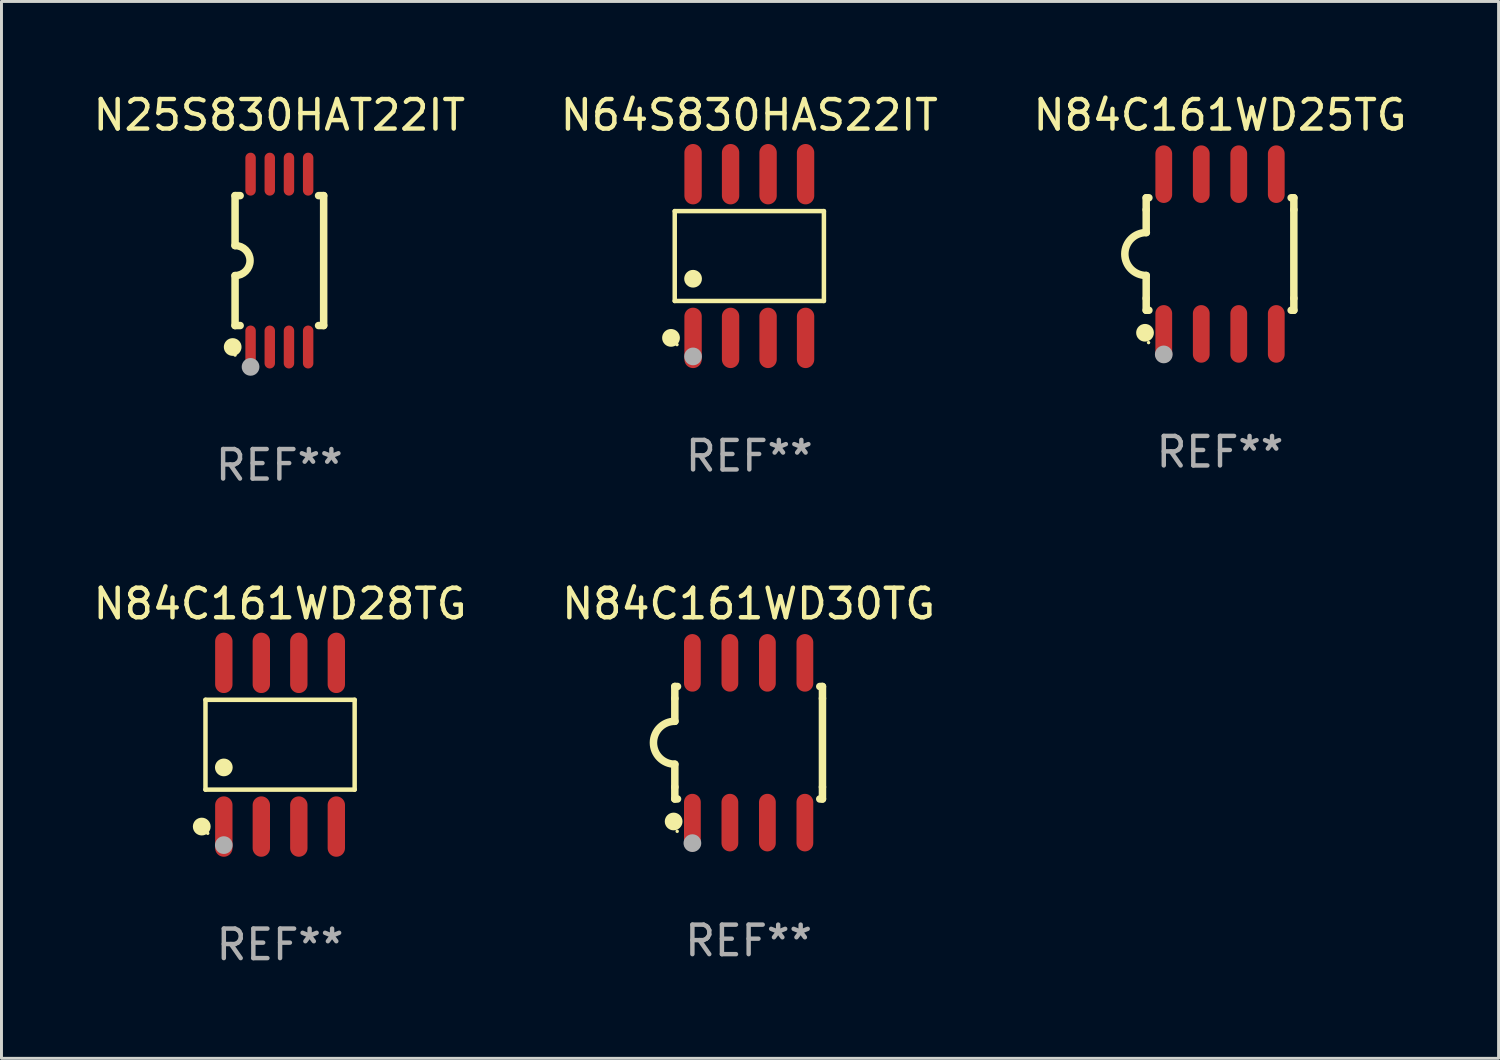
<source format=kicad_pcb>
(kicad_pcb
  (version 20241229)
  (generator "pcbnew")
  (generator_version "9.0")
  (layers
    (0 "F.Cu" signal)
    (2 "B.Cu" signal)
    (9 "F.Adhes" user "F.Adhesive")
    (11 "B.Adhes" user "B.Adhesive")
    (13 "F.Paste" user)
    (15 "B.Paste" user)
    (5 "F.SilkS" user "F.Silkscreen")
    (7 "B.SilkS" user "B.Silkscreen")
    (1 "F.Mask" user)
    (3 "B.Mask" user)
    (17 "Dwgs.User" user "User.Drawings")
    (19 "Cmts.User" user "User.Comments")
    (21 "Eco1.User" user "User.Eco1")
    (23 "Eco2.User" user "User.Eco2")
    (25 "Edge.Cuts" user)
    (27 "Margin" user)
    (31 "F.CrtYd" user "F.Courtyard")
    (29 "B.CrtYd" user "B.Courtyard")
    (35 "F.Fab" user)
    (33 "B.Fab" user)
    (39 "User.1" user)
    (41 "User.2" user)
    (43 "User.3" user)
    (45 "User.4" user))
  (footprint "N64S830HAS22IT"
    (layer "F.Cu")
    (at 22.327 5.621)
    (property "Reference" "N64S830HAS22IT" (at 0 -4.772 0) (layer "F.SilkS") (effects (font (size 1 1) (thickness 0.15))))
    (attr through_hole)
    (fp_line (start -2.526 -1.521) (end 2.526 -1.521) (stroke (width 0.152) (type solid)) (layer "F.SilkS"))
    (fp_line (start -2.526 1.521) (end -2.526 -1.521) (stroke (width 0.152) (type solid)) (layer "F.SilkS"))
    (fp_line (start 2.526 -1.521) (end 2.526 1.521) (stroke (width 0.152) (type solid)) (layer "F.SilkS"))
    (fp_line (start 2.526 1.521) (end -2.526 1.521) (stroke (width 0.152) (type solid)) (layer "F.SilkS"))
    (fp_circle (center -2.652 2.772) (end -2.501 2.772) (stroke (width 0.3) (type solid)) (fill no) (layer "F.SilkS"))
    (fp_circle (center -2.45 3) (end -2.42 3) (stroke (width 0.06) (type solid)) (fill no) (layer "F.SilkS"))
    (fp_circle (center -1.905 0.769) (end -1.755 0.769) (stroke (width 0.3) (type solid)) (fill no) (layer "F.SilkS"))
    (fp_circle (center -1.905 3.4) (end -1.755 3.4) (stroke (width 0.3) (type solid)) (fill no) (layer "F.Fab"))
    (fp_text user "REF**" (at 0 6.772 0) (layer "F.Fab") (effects (font (size 1 1) (thickness 0.15))))
    (pad "1" smd oval (at -1.905 2.772) (size 0.588 2.045) (layers "F.Cu" "F.Mask" "F.Paste"))
    (pad "2" smd oval (at -0.635 2.772) (size 0.588 2.045) (layers "F.Cu" "F.Mask" "F.Paste"))
    (pad "3" smd oval (at 0.635 2.772) (size 0.588 2.045) (layers "F.Cu" "F.Mask" "F.Paste"))
    (pad "4" smd oval (at 1.905 2.772) (size 0.588 2.045) (layers "F.Cu" "F.Mask" "F.Paste"))
    (pad "5" smd oval (at 1.905 -2.772) (size 0.588 2.045) (layers "F.Cu" "F.Mask" "F.Paste"))
    (pad "6" smd oval (at 0.635 -2.772) (size 0.588 2.045) (layers "F.Cu" "F.Mask" "F.Paste"))
    (pad "7" smd oval (at -0.635 -2.772) (size 0.588 2.045) (layers "F.Cu" "F.Mask" "F.Paste"))
    (pad "8" smd oval (at -1.905 -2.772) (size 0.588 2.045) (layers "F.Cu" "F.Mask" "F.Paste")))
  (footprint "N84C161WD28TG"
    (layer "F.Cu")
    (at 6.435 22.171)
    (property "Reference" "N84C161WD28TG" (at 0 -4.772 0) (layer "F.SilkS") (effects (font (size 1 1) (thickness 0.15))))
    (attr through_hole)
    (fp_line (start -2.526 -1.521) (end 2.526 -1.521) (stroke (width 0.152) (type solid)) (layer "F.SilkS"))
    (fp_line (start -2.526 1.521) (end -2.526 -1.521) (stroke (width 0.152) (type solid)) (layer "F.SilkS"))
    (fp_line (start 2.526 -1.521) (end 2.526 1.521) (stroke (width 0.152) (type solid)) (layer "F.SilkS"))
    (fp_line (start 2.526 1.521) (end -2.526 1.521) (stroke (width 0.152) (type solid)) (layer "F.SilkS"))
    (fp_circle (center -2.652 2.772) (end -2.501 2.772) (stroke (width 0.3) (type solid)) (fill no) (layer "F.SilkS"))
    (fp_circle (center -2.45 3) (end -2.42 3) (stroke (width 0.06) (type solid)) (fill no) (layer "F.SilkS"))
    (fp_circle (center -1.905 0.769) (end -1.755 0.769) (stroke (width 0.3) (type solid)) (fill no) (layer "F.SilkS"))
    (fp_circle (center -1.905 3.4) (end -1.755 3.4) (stroke (width 0.3) (type solid)) (fill no) (layer "F.Fab"))
    (fp_text user "REF**" (at 0 6.772 0) (layer "F.Fab") (effects (font (size 1 1) (thickness 0.15))))
    (pad "1" smd oval (at -1.905 2.772) (size 0.588 2.045) (layers "F.Cu" "F.Mask" "F.Paste"))
    (pad "2" smd oval (at -0.635 2.772) (size 0.588 2.045) (layers "F.Cu" "F.Mask" "F.Paste"))
    (pad "3" smd oval (at 0.635 2.772) (size 0.588 2.045) (layers "F.Cu" "F.Mask" "F.Paste"))
    (pad "4" smd oval (at 1.905 2.772) (size 0.588 2.045) (layers "F.Cu" "F.Mask" "F.Paste"))
    (pad "5" smd oval (at 1.905 -2.772) (size 0.588 2.045) (layers "F.Cu" "F.Mask" "F.Paste"))
    (pad "6" smd oval (at 0.635 -2.772) (size 0.588 2.045) (layers "F.Cu" "F.Mask" "F.Paste"))
    (pad "7" smd oval (at -0.635 -2.772) (size 0.588 2.045) (layers "F.Cu" "F.Mask" "F.Paste"))
    (pad "8" smd oval (at -1.905 -2.772) (size 0.588 2.045) (layers "F.Cu" "F.Mask" "F.Paste")))
  (footprint "N25S830HAT22IT"
    (layer "F.Cu")
    (at 6.411 5.775)
    (property "Reference" "N25S830HAT22IT" (at 0 -4.927 0) (layer "F.SilkS") (effects (font (size 1 1) (thickness 0.15))))
    (attr through_hole)
    (fp_line (start -1.5 -2.2) (end -1.5 -0.508) (stroke (width 0.254) (type solid)) (layer "F.SilkS"))
    (fp_line (start -1.5 -2.2) (end -1.328 -2.2) (stroke (width 0.254) (type solid)) (layer "F.SilkS"))
    (fp_line (start -1.5 2.2) (end -1.5 0.508) (stroke (width 0.254) (type solid)) (layer "F.SilkS"))
    (fp_line (start -1.5 2.2) (end -1.328 2.2) (stroke (width 0.254) (type solid)) (layer "F.SilkS"))
    (fp_line (start 1.328 -2.2) (end 1.5 -2.2) (stroke (width 0.254) (type solid)) (layer "F.SilkS"))
    (fp_line (start 1.328 2.2) (end 1.5 2.2) (stroke (width 0.254) (type solid)) (layer "F.SilkS"))
    (fp_line (start 1.5 -2.2) (end 1.5 2.2) (stroke (width 0.254) (type solid)) (layer "F.SilkS"))
    (fp_arc (start -1.501144 -0.508) (mid -0.993143 -0.000571) (end -1.5 0.508001) (stroke (width 0.254001) (type solid)) (layer "F.SilkS"))
    (fp_circle (center -1.581 2.927) (end -1.431 2.927) (stroke (width 0.3) (type solid)) (fill no) (layer "F.SilkS"))
    (fp_circle (center -1.5 3.2) (end -1.47 3.2) (stroke (width 0.06) (type solid)) (fill no) (layer "F.SilkS"))
    (fp_circle (center -0.975 3.6) (end -0.825 3.6) (stroke (width 0.3) (type solid)) (fill no) (layer "F.Fab"))
    (fp_text user "REF**" (at 0 6.927 0) (layer "F.Fab") (effects (font (size 1 1) (thickness 0.15))))
    (pad "1" smd oval (at -0.975 2.927) (size 0.353 1.454) (layers "F.Cu" "F.Mask" "F.Paste"))
    (pad "2" smd oval (at -0.325 2.927) (size 0.353 1.454) (layers "F.Cu" "F.Mask" "F.Paste"))
    (pad "3" smd oval (at 0.325 2.927) (size 0.353 1.454) (layers "F.Cu" "F.Mask" "F.Paste"))
    (pad "4" smd oval (at 0.975 2.927) (size 0.353 1.454) (layers "F.Cu" "F.Mask" "F.Paste"))
    (pad "5" smd oval (at 0.975 -2.927) (size 0.353 1.454) (layers "F.Cu" "F.Mask" "F.Paste"))
    (pad "6" smd oval (at 0.325 -2.927) (size 0.353 1.454) (layers "F.Cu" "F.Mask" "F.Paste"))
    (pad "7" smd oval (at -0.325 -2.927) (size 0.353 1.454) (layers "F.Cu" "F.Mask" "F.Paste"))
    (pad "8" smd oval (at -0.975 -2.927) (size 0.353 1.454) (layers "F.Cu" "F.Mask" "F.Paste")))
  (footprint "N84C161WD25TG"
    (layer "F.Cu")
    (at 38.268 5.553)
    (property "Reference" "N84C161WD25TG" (at 0 -4.705 0) (layer "F.SilkS") (effects (font (size 1 1) (thickness 0.15))))
    (attr through_hole)
    (fp_line (start -2.5 -1.905) (end -2.409 -1.905) (stroke (width 0.254) (type solid)) (layer "F.SilkS"))
    (fp_line (start -2.5 -1.5) (end -2.5 -1.905) (stroke (width 0.254) (type solid)) (layer "F.SilkS"))
    (fp_line (start -2.5 -1.5) (end -2.5 -0.726) (stroke (width 0.254) (type solid)) (layer "F.SilkS"))
    (fp_line (start -2.5 1.5) (end -2.5 0.727) (stroke (width 0.254) (type solid)) (layer "F.SilkS"))
    (fp_line (start -2.5 1.5) (end -2.5 1.905) (stroke (width 0.254) (type solid)) (layer "F.SilkS"))
    (fp_line (start -2.5 1.905) (end -2.409 1.905) (stroke (width 0.254) (type solid)) (layer "F.SilkS"))
    (fp_line (start 2.5 -1.905) (end 2.409 -1.905) (stroke (width 0.254) (type solid)) (layer "F.SilkS"))
    (fp_line (start 2.5 -1.5) (end 2.5 -1.905) (stroke (width 0.254) (type solid)) (layer "F.SilkS"))
    (fp_line (start 2.5 -1.5) (end 2.5 1.5) (stroke (width 0.254) (type solid)) (layer "F.SilkS"))
    (fp_line (start 2.5 1.5) (end 2.5 1.905) (stroke (width 0.254) (type solid)) (layer "F.SilkS"))
    (fp_line (start 2.5 1.905) (end 2.409 1.905) (stroke (width 0.254) (type solid)) (layer "F.SilkS"))
    (fp_arc (start -2.5 0.726568) (mid -3.220316 -0.0023) (end -2.495097 -0.726289) (stroke (width 0.254001) (type solid)) (layer "F.SilkS"))
    (fp_circle (center -2.54 2.667) (end -2.39 2.667) (stroke (width 0.3) (type solid)) (fill no) (layer "F.SilkS"))
    (fp_circle (center -2.42 3) (end -2.39 3) (stroke (width 0.06) (type solid)) (fill no) (layer "F.SilkS"))
    (fp_circle (center -1.905 3.4) (end -1.755 3.4) (stroke (width 0.3) (type solid)) (fill no) (layer "F.Fab"))
    (fp_text user "REF**" (at 0 6.705 0) (layer "F.Fab") (effects (font (size 1 1) (thickness 0.15))))
    (pad "1" smd oval (at -1.905 2.705) (size 0.568 1.95) (layers "F.Cu" "F.Mask" "F.Paste"))
    (pad "2" smd oval (at -0.635 2.705) (size 0.568 1.95) (layers "F.Cu" "F.Mask" "F.Paste"))
    (pad "3" smd oval (at 0.635 2.705) (size 0.568 1.95) (layers "F.Cu" "F.Mask" "F.Paste"))
    (pad "4" smd oval (at 1.905 2.705) (size 0.568 1.95) (layers "F.Cu" "F.Mask" "F.Paste"))
    (pad "5" smd oval (at 1.905 -2.705) (size 0.568 1.95) (layers "F.Cu" "F.Mask" "F.Paste"))
    (pad "6" smd oval (at 0.635 -2.705) (size 0.568 1.95) (layers "F.Cu" "F.Mask" "F.Paste"))
    (pad "7" smd oval (at -0.635 -2.705) (size 0.568 1.95) (layers "F.Cu" "F.Mask" "F.Paste"))
    (pad "8" smd oval (at -1.905 -2.705) (size 0.568 1.95) (layers "F.Cu" "F.Mask" "F.Paste")))
  (footprint "N84C161WD30TG"
    (layer "F.Cu")
    (at 22.304 22.104)
    (property "Reference" "N84C161WD30TG" (at 0 -4.705 0) (layer "F.SilkS") (effects (font (size 1 1) (thickness 0.15))))
    (attr through_hole)
    (fp_line (start -2.5 -1.905) (end -2.409 -1.905) (stroke (width 0.254) (type solid)) (layer "F.SilkS"))
    (fp_line (start -2.5 -1.5) (end -2.5 -1.905) (stroke (width 0.254) (type solid)) (layer "F.SilkS"))
    (fp_line (start -2.5 -1.5) (end -2.5 -0.726) (stroke (width 0.254) (type solid)) (layer "F.SilkS"))
    (fp_line (start -2.5 1.5) (end -2.5 0.727) (stroke (width 0.254) (type solid)) (layer "F.SilkS"))
    (fp_line (start -2.5 1.5) (end -2.5 1.905) (stroke (width 0.254) (type solid)) (layer "F.SilkS"))
    (fp_line (start -2.5 1.905) (end -2.409 1.905) (stroke (width 0.254) (type solid)) (layer "F.SilkS"))
    (fp_line (start 2.5 -1.905) (end 2.409 -1.905) (stroke (width 0.254) (type solid)) (layer "F.SilkS"))
    (fp_line (start 2.5 -1.5) (end 2.5 -1.905) (stroke (width 0.254) (type solid)) (layer "F.SilkS"))
    (fp_line (start 2.5 -1.5) (end 2.5 1.5) (stroke (width 0.254) (type solid)) (layer "F.SilkS"))
    (fp_line (start 2.5 1.5) (end 2.5 1.905) (stroke (width 0.254) (type solid)) (layer "F.SilkS"))
    (fp_line (start 2.5 1.905) (end 2.409 1.905) (stroke (width 0.254) (type solid)) (layer "F.SilkS"))
    (fp_arc (start -2.5 0.726568) (mid -3.220316 -0.0023) (end -2.495097 -0.726289) (stroke (width 0.254001) (type solid)) (layer "F.SilkS"))
    (fp_circle (center -2.54 2.667) (end -2.39 2.667) (stroke (width 0.3) (type solid)) (fill no) (layer "F.SilkS"))
    (fp_circle (center -2.42 3) (end -2.39 3) (stroke (width 0.06) (type solid)) (fill no) (layer "F.SilkS"))
    (fp_circle (center -1.905 3.4) (end -1.755 3.4) (stroke (width 0.3) (type solid)) (fill no) (layer "F.Fab"))
    (fp_text user "REF**" (at 0 6.705 0) (layer "F.Fab") (effects (font (size 1 1) (thickness 0.15))))
    (pad "1" smd oval (at -1.905 2.705) (size 0.568 1.95) (layers "F.Cu" "F.Mask" "F.Paste"))
    (pad "2" smd oval (at -0.635 2.705) (size 0.568 1.95) (layers "F.Cu" "F.Mask" "F.Paste"))
    (pad "3" smd oval (at 0.635 2.705) (size 0.568 1.95) (layers "F.Cu" "F.Mask" "F.Paste"))
    (pad "4" smd oval (at 1.905 2.705) (size 0.568 1.95) (layers "F.Cu" "F.Mask" "F.Paste"))
    (pad "5" smd oval (at 1.905 -2.705) (size 0.568 1.95) (layers "F.Cu" "F.Mask" "F.Paste"))
    (pad "6" smd oval (at 0.635 -2.705) (size 0.568 1.95) (layers "F.Cu" "F.Mask" "F.Paste"))
    (pad "7" smd oval (at -0.635 -2.705) (size 0.568 1.95) (layers "F.Cu" "F.Mask" "F.Paste"))
    (pad "8" smd oval (at -1.905 -2.705) (size 0.568 1.95) (layers "F.Cu" "F.Mask" "F.Paste")))
  (gr_rect
    (start -3 -3)
    (end 47.702 32.792)
    (stroke (width 0.1) (type default))
    (fill no)
    (layer "Edge.Cuts")))
</source>
